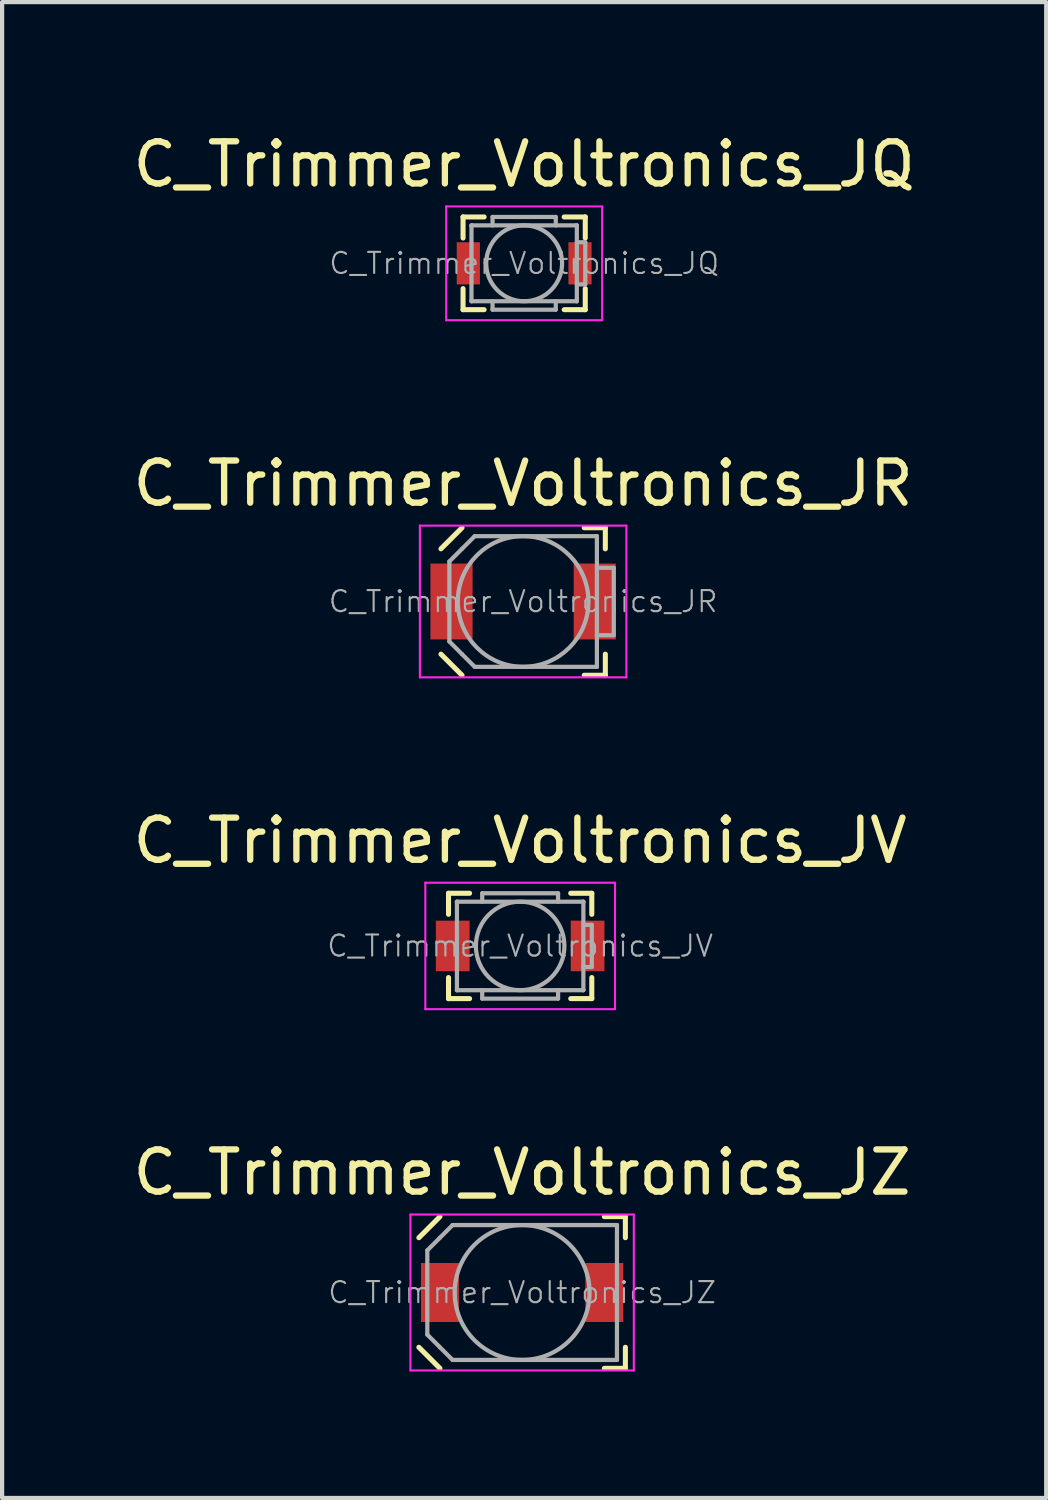
<source format=kicad_pcb>
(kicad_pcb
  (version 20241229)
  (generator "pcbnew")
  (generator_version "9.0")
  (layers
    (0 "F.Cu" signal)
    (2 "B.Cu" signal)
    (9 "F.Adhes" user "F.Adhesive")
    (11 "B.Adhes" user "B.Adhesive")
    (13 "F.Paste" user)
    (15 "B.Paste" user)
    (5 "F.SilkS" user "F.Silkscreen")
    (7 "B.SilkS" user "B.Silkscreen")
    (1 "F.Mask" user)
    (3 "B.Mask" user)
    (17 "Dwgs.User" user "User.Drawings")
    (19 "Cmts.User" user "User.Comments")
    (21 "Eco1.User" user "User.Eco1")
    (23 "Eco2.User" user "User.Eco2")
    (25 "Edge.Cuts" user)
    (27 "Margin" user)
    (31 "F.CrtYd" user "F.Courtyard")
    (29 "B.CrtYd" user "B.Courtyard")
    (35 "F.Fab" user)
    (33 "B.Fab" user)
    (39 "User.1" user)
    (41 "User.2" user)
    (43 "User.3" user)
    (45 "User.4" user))
  (footprint "C_Trimmer_Voltronics_JZ"
    (layer "F.Cu")
    (at 9.339 27.618)
    (property "Reference" "C_Trimmer_Voltronics_JZ" (at 0 -2.85 0) (layer "F.SilkS") (effects (font (size 1 1) (thickness 0.15))))
    (attr smd)
    (fp_line (start -2.45 -1.3) (end -1.95 -1.8) (stroke (width 0.12) (type solid)) (layer "F.SilkS"))
    (fp_line (start -2.45 1.3) (end -1.95 1.8) (stroke (width 0.12) (type solid)) (layer "F.SilkS"))
    (fp_line (start 2.45 -1.8) (end 1.95 -1.8) (stroke (width 0.12) (type solid)) (layer "F.SilkS"))
    (fp_line (start 2.45 -1.8) (end 2.45 -1.3) (stroke (width 0.12) (type solid)) (layer "F.SilkS"))
    (fp_line (start 2.45 1.8) (end 1.95 1.8) (stroke (width 0.12) (type solid)) (layer "F.SilkS"))
    (fp_line (start 2.45 1.8) (end 2.45 1.3) (stroke (width 0.12) (type solid)) (layer "F.SilkS"))
    (fp_line (start -2.65 -1.85) (end -2.65 1.85) (stroke (width 0.05) (type solid)) (layer "F.CrtYd"))
    (fp_line (start -2.65 1.85) (end 2.65 1.85) (stroke (width 0.05) (type solid)) (layer "F.CrtYd"))
    (fp_line (start 2.65 -1.85) (end -2.65 -1.85) (stroke (width 0.05) (type solid)) (layer "F.CrtYd"))
    (fp_line (start 2.65 1.85) (end 2.65 -1.85) (stroke (width 0.05) (type solid)) (layer "F.CrtYd"))
    (fp_line (start -2.25 -1) (end -1.95 -1.3) (stroke (width 0.1) (type solid)) (layer "F.Fab"))
    (fp_line (start -2.25 1) (end -2.25 -1) (stroke (width 0.1) (type solid)) (layer "F.Fab"))
    (fp_line (start -1.95 -1.3) (end -1.65 -1.6) (stroke (width 0.1) (type solid)) (layer "F.Fab"))
    (fp_line (start -1.95 1.3) (end -2.25 1) (stroke (width 0.1) (type solid)) (layer "F.Fab"))
    (fp_line (start -1.65 -1.6) (end 2.24 -1.6) (stroke (width 0.1) (type solid)) (layer "F.Fab"))
    (fp_line (start -1.65 1.6) (end -1.95 1.3) (stroke (width 0.1) (type solid)) (layer "F.Fab"))
    (fp_line (start 2.24 -1.6) (end 2.25 -1.6) (stroke (width 0.1) (type solid)) (layer "F.Fab"))
    (fp_line (start 2.24 1.6) (end -1.65 1.6) (stroke (width 0.1) (type solid)) (layer "F.Fab"))
    (fp_line (start 2.25 -1.6) (end 2.25 -1.59) (stroke (width 0.1) (type solid)) (layer "F.Fab"))
    (fp_line (start 2.25 -1.59) (end 2.25 1.59) (stroke (width 0.1) (type solid)) (layer "F.Fab"))
    (fp_line (start 2.25 1.59) (end 2.25 1.6) (stroke (width 0.1) (type solid)) (layer "F.Fab"))
    (fp_line (start 2.25 1.6) (end 2.24 1.6) (stroke (width 0.1) (type solid)) (layer "F.Fab"))
    (fp_circle (center 0 0) (end 1.6 0) (stroke (width 0.1) (type solid)) (fill no) (layer "F.Fab"))
    (fp_text user "${REFERENCE}" (at 0 0 0) (layer "F.Fab") (effects (font (size 0.5 0.5) (thickness 0.05))))
    (pad "1" smd rect (at -1.95 0) (size 0.9 1.4) (layers "F.Cu" "F.Mask" "F.Paste"))
    (pad "2" smd rect (at 1.95 0) (size 0.9 1.4) (layers "F.Cu" "F.Mask" "F.Paste")))
  (footprint "C_Trimmer_Voltronics_JQ"
    (layer "F.Cu")
    (at 9.387 3.198)
    (property "Reference" "C_Trimmer_Voltronics_JQ" (at 0 -2.35 0) (layer "F.SilkS") (effects (font (size 1 1) (thickness 0.15))))
    (attr smd)
    (fp_line (start -1.45 -1.1) (end -1.45 -0.6) (stroke (width 0.12) (type solid)) (layer "F.SilkS"))
    (fp_line (start -1.45 -1.1) (end -0.95 -1.1) (stroke (width 0.12) (type solid)) (layer "F.SilkS"))
    (fp_line (start -1.45 1.1) (end -1.45 0.6) (stroke (width 0.12) (type solid)) (layer "F.SilkS"))
    (fp_line (start -1.45 1.1) (end -0.95 1.1) (stroke (width 0.12) (type solid)) (layer "F.SilkS"))
    (fp_line (start 1.45 -1.1) (end 0.95 -1.1) (stroke (width 0.12) (type solid)) (layer "F.SilkS"))
    (fp_line (start 1.45 -1.1) (end 1.45 -0.6) (stroke (width 0.12) (type solid)) (layer "F.SilkS"))
    (fp_line (start 1.45 1.1) (end 0.95 1.1) (stroke (width 0.12) (type solid)) (layer "F.SilkS"))
    (fp_line (start 1.45 1.1) (end 1.45 0.6) (stroke (width 0.12) (type solid)) (layer "F.SilkS"))
    (fp_line (start -1.85 -1.35) (end -1.85 1.35) (stroke (width 0.05) (type solid)) (layer "F.CrtYd"))
    (fp_line (start -1.85 1.35) (end 1.85 1.35) (stroke (width 0.05) (type solid)) (layer "F.CrtYd"))
    (fp_line (start 1.85 -1.35) (end -1.85 -1.35) (stroke (width 0.05) (type solid)) (layer "F.CrtYd"))
    (fp_line (start 1.85 1.35) (end 1.85 -1.35) (stroke (width 0.05) (type solid)) (layer "F.CrtYd"))
    (fp_line (start -1.25 -0.9) (end -1.24 -0.9) (stroke (width 0.1) (type solid)) (layer "F.Fab"))
    (fp_line (start -1.25 -0.89) (end -1.25 -0.9) (stroke (width 0.1) (type solid)) (layer "F.Fab"))
    (fp_line (start -1.25 0.89) (end -1.25 -0.89) (stroke (width 0.1) (type solid)) (layer "F.Fab"))
    (fp_line (start -1.25 0.9) (end -1.25 0.89) (stroke (width 0.1) (type solid)) (layer "F.Fab"))
    (fp_line (start -1.24 -0.9) (end 1.24 -0.9) (stroke (width 0.1) (type solid)) (layer "F.Fab"))
    (fp_line (start -1.24 0.9) (end -1.25 0.9) (stroke (width 0.1) (type solid)) (layer "F.Fab"))
    (fp_line (start -0.75 -1.1) (end 0.75 -1.1) (stroke (width 0.1) (type solid)) (layer "F.Fab"))
    (fp_line (start -0.75 -0.9) (end -0.75 -1.1) (stroke (width 0.1) (type solid)) (layer "F.Fab"))
    (fp_line (start -0.75 0.9) (end -0.75 1.1) (stroke (width 0.1) (type solid)) (layer "F.Fab"))
    (fp_line (start -0.75 1.1) (end 0.75 1.1) (stroke (width 0.1) (type solid)) (layer "F.Fab"))
    (fp_line (start 0.75 -1.1) (end 0.75 -0.9) (stroke (width 0.1) (type solid)) (layer "F.Fab"))
    (fp_line (start 0.75 1.1) (end 0.75 0.9) (stroke (width 0.1) (type solid)) (layer "F.Fab"))
    (fp_line (start 1.24 -0.9) (end 1.25 -0.9) (stroke (width 0.1) (type solid)) (layer "F.Fab"))
    (fp_line (start 1.24 0.9) (end -1.24 0.9) (stroke (width 0.1) (type solid)) (layer "F.Fab"))
    (fp_line (start 1.25 -0.9) (end 1.25 -0.89) (stroke (width 0.1) (type solid)) (layer "F.Fab"))
    (fp_line (start 1.25 -0.89) (end 1.25 0.89) (stroke (width 0.1) (type solid)) (layer "F.Fab"))
    (fp_line (start 1.25 -0.5) (end 1.45 -0.5) (stroke (width 0.1) (type solid)) (layer "F.Fab"))
    (fp_line (start 1.25 0.89) (end 1.25 0.9) (stroke (width 0.1) (type solid)) (layer "F.Fab"))
    (fp_line (start 1.25 0.9) (end 1.24 0.9) (stroke (width 0.1) (type solid)) (layer "F.Fab"))
    (fp_line (start 1.45 -0.5) (end 1.45 0.5) (stroke (width 0.1) (type solid)) (layer "F.Fab"))
    (fp_line (start 1.45 0.5) (end 1.25 0.5) (stroke (width 0.1) (type solid)) (layer "F.Fab"))
    (fp_circle (center 0 0) (end 0.9 0) (stroke (width 0.1) (type solid)) (fill no) (layer "F.Fab"))
    (fp_text user "${REFERENCE}" (at 0 0 0) (layer "F.Fab") (effects (font (size 0.5 0.5) (thickness 0.05))))
    (pad "1" smd rect (at -1.325 0) (size 0.55 1) (layers "F.Cu" "F.Mask" "F.Paste"))
    (pad "2" smd rect (at 1.325 0) (size 0.55 1) (layers "F.Cu" "F.Mask" "F.Paste")))
  (footprint "C_Trimmer_Voltronics_JV"
    (layer "F.Cu")
    (at 9.292 19.395)
    (property "Reference" "C_Trimmer_Voltronics_JV" (at 0 -2.5 0) (layer "F.SilkS") (effects (font (size 1 1) (thickness 0.15))))
    (attr smd)
    (fp_line (start -1.7 -1.25) (end -1.7 -0.75) (stroke (width 0.12) (type solid)) (layer "F.SilkS"))
    (fp_line (start -1.7 -1.25) (end -1.2 -1.25) (stroke (width 0.12) (type solid)) (layer "F.SilkS"))
    (fp_line (start -1.7 1.25) (end -1.7 0.75) (stroke (width 0.12) (type solid)) (layer "F.SilkS"))
    (fp_line (start -1.7 1.25) (end -1.2 1.25) (stroke (width 0.12) (type solid)) (layer "F.SilkS"))
    (fp_line (start 1.7 -1.25) (end 1.2 -1.25) (stroke (width 0.12) (type solid)) (layer "F.SilkS"))
    (fp_line (start 1.7 -1.25) (end 1.7 -0.75) (stroke (width 0.12) (type solid)) (layer "F.SilkS"))
    (fp_line (start 1.7 1.25) (end 1.2 1.25) (stroke (width 0.12) (type solid)) (layer "F.SilkS"))
    (fp_line (start 1.7 1.25) (end 1.7 0.75) (stroke (width 0.12) (type solid)) (layer "F.SilkS"))
    (fp_line (start -2.25 -1.5) (end -2.25 1.5) (stroke (width 0.05) (type solid)) (layer "F.CrtYd"))
    (fp_line (start -2.25 1.5) (end 2.25 1.5) (stroke (width 0.05) (type solid)) (layer "F.CrtYd"))
    (fp_line (start 2.25 -1.5) (end -2.25 -1.5) (stroke (width 0.05) (type solid)) (layer "F.CrtYd"))
    (fp_line (start 2.25 1.5) (end 2.25 -1.5) (stroke (width 0.05) (type solid)) (layer "F.CrtYd"))
    (fp_line (start -1.5 -1.05) (end -1.49 -1.05) (stroke (width 0.1) (type solid)) (layer "F.Fab"))
    (fp_line (start -1.5 -1.04) (end -1.5 -1.05) (stroke (width 0.1) (type solid)) (layer "F.Fab"))
    (fp_line (start -1.5 1.04) (end -1.5 -1.04) (stroke (width 0.1) (type solid)) (layer "F.Fab"))
    (fp_line (start -1.5 1.05) (end -1.5 1.04) (stroke (width 0.1) (type solid)) (layer "F.Fab"))
    (fp_line (start -1.49 -1.05) (end 1.49 -1.05) (stroke (width 0.1) (type solid)) (layer "F.Fab"))
    (fp_line (start -1.49 1.05) (end -1.5 1.05) (stroke (width 0.1) (type solid)) (layer "F.Fab"))
    (fp_line (start -0.9 -1.25) (end 0.9 -1.25) (stroke (width 0.1) (type solid)) (layer "F.Fab"))
    (fp_line (start -0.9 -1.05) (end -0.9 -1.25) (stroke (width 0.1) (type solid)) (layer "F.Fab"))
    (fp_line (start -0.9 1.05) (end -0.9 1.25) (stroke (width 0.1) (type solid)) (layer "F.Fab"))
    (fp_line (start -0.9 1.25) (end 0.9 1.25) (stroke (width 0.1) (type solid)) (layer "F.Fab"))
    (fp_line (start 0.9 -1.25) (end 0.9 -1.05) (stroke (width 0.1) (type solid)) (layer "F.Fab"))
    (fp_line (start 0.9 1.25) (end 0.9 1.05) (stroke (width 0.1) (type solid)) (layer "F.Fab"))
    (fp_line (start 1.49 -1.05) (end 1.5 -1.05) (stroke (width 0.1) (type solid)) (layer "F.Fab"))
    (fp_line (start 1.49 1.05) (end -1.49 1.05) (stroke (width 0.1) (type solid)) (layer "F.Fab"))
    (fp_line (start 1.5 -1.05) (end 1.5 -1.04) (stroke (width 0.1) (type solid)) (layer "F.Fab"))
    (fp_line (start 1.5 -1.04) (end 1.5 1.04) (stroke (width 0.1) (type solid)) (layer "F.Fab"))
    (fp_line (start 1.5 -0.5) (end 1.7 -0.5) (stroke (width 0.1) (type solid)) (layer "F.Fab"))
    (fp_line (start 1.5 1.04) (end 1.5 1.05) (stroke (width 0.1) (type solid)) (layer "F.Fab"))
    (fp_line (start 1.5 1.05) (end 1.49 1.05) (stroke (width 0.1) (type solid)) (layer "F.Fab"))
    (fp_line (start 1.7 -0.5) (end 1.7 0.5) (stroke (width 0.1) (type solid)) (layer "F.Fab"))
    (fp_line (start 1.7 0.5) (end 1.5 0.5) (stroke (width 0.1) (type solid)) (layer "F.Fab"))
    (fp_circle (center 0 0) (end 1.05 0) (stroke (width 0.1) (type solid)) (fill no) (layer "F.Fab"))
    (fp_text user "${REFERENCE}" (at 0 0 0) (layer "F.Fab") (effects (font (size 0.5 0.5) (thickness 0.05))))
    (pad "1" smd rect (at -1.6 0) (size 0.8 1.2) (layers "F.Cu" "F.Mask" "F.Paste"))
    (pad "2" smd rect (at 1.6 0) (size 0.8 1.2) (layers "F.Cu" "F.Mask" "F.Paste")))
  (footprint "C_Trimmer_Voltronics_JR"
    (layer "F.Cu")
    (at 9.363 11.222)
    (property "Reference" "C_Trimmer_Voltronics_JR" (at 0 -2.8 0) (layer "F.SilkS") (effects (font (size 1 1) (thickness 0.15))))
    (attr smd)
    (fp_line (start -1.95 -1.25) (end -1.45 -1.75) (stroke (width 0.12) (type solid)) (layer "F.SilkS"))
    (fp_line (start -1.95 1.25) (end -1.45 1.75) (stroke (width 0.12) (type solid)) (layer "F.SilkS"))
    (fp_line (start 1.95 -1.75) (end 1.45 -1.75) (stroke (width 0.12) (type solid)) (layer "F.SilkS"))
    (fp_line (start 1.95 -1.75) (end 1.95 -1.25) (stroke (width 0.12) (type solid)) (layer "F.SilkS"))
    (fp_line (start 1.95 1.75) (end 1.45 1.75) (stroke (width 0.12) (type solid)) (layer "F.SilkS"))
    (fp_line (start 1.95 1.75) (end 1.95 1.25) (stroke (width 0.12) (type solid)) (layer "F.SilkS"))
    (fp_line (start -2.45 -1.8) (end -2.45 1.8) (stroke (width 0.05) (type solid)) (layer "F.CrtYd"))
    (fp_line (start -2.45 1.8) (end 2.45 1.8) (stroke (width 0.05) (type solid)) (layer "F.CrtYd"))
    (fp_line (start 2.45 -1.8) (end -2.45 -1.8) (stroke (width 0.05) (type solid)) (layer "F.CrtYd"))
    (fp_line (start 2.45 1.8) (end 2.45 -1.8) (stroke (width 0.05) (type solid)) (layer "F.CrtYd"))
    (fp_line (start -1.75 -0.95) (end -1.45 -1.25) (stroke (width 0.1) (type solid)) (layer "F.Fab"))
    (fp_line (start -1.75 0.95) (end -1.75 -0.95) (stroke (width 0.1) (type solid)) (layer "F.Fab"))
    (fp_line (start -1.45 -1.25) (end -1.15 -1.55) (stroke (width 0.1) (type solid)) (layer "F.Fab"))
    (fp_line (start -1.45 1.25) (end -1.75 0.95) (stroke (width 0.1) (type solid)) (layer "F.Fab"))
    (fp_line (start -1.15 -1.55) (end 1.74 -1.55) (stroke (width 0.1) (type solid)) (layer "F.Fab"))
    (fp_line (start -1.15 1.55) (end -1.45 1.25) (stroke (width 0.1) (type solid)) (layer "F.Fab"))
    (fp_line (start 1.74 -1.55) (end 1.75 -1.55) (stroke (width 0.1) (type solid)) (layer "F.Fab"))
    (fp_line (start 1.74 1.55) (end -1.15 1.55) (stroke (width 0.1) (type solid)) (layer "F.Fab"))
    (fp_line (start 1.75 -1.55) (end 1.75 -1.54) (stroke (width 0.1) (type solid)) (layer "F.Fab"))
    (fp_line (start 1.75 -1.54) (end 1.75 1.54) (stroke (width 0.1) (type solid)) (layer "F.Fab"))
    (fp_line (start 1.75 -0.8) (end 2.15 -0.8) (stroke (width 0.1) (type solid)) (layer "F.Fab"))
    (fp_line (start 1.75 1.54) (end 1.75 1.55) (stroke (width 0.1) (type solid)) (layer "F.Fab"))
    (fp_line (start 1.75 1.55) (end 1.74 1.55) (stroke (width 0.1) (type solid)) (layer "F.Fab"))
    (fp_line (start 2.15 -0.8) (end 2.15 0.8) (stroke (width 0.1) (type solid)) (layer "F.Fab"))
    (fp_line (start 2.15 0.8) (end 1.75 0.8) (stroke (width 0.1) (type solid)) (layer "F.Fab"))
    (fp_circle (center 0 0) (end 1.55 0) (stroke (width 0.1) (type solid)) (fill no) (layer "F.Fab"))
    (fp_text user "${REFERENCE}" (at 0 0 0) (layer "F.Fab") (effects (font (size 0.5 0.5) (thickness 0.05))))
    (pad "1" smd rect (at -1.7 0) (size 1 1.8) (layers "F.Cu" "F.Mask" "F.Paste"))
    (pad "2" smd rect (at 1.7 0) (size 1 1.8) (layers "F.Cu" "F.Mask" "F.Paste")))
  (gr_rect
    (start -3 -3)
    (end 21.774 32.493)
    (stroke (width 0.1) (type default))
    (fill no)
    (layer "Edge.Cuts")))
</source>
